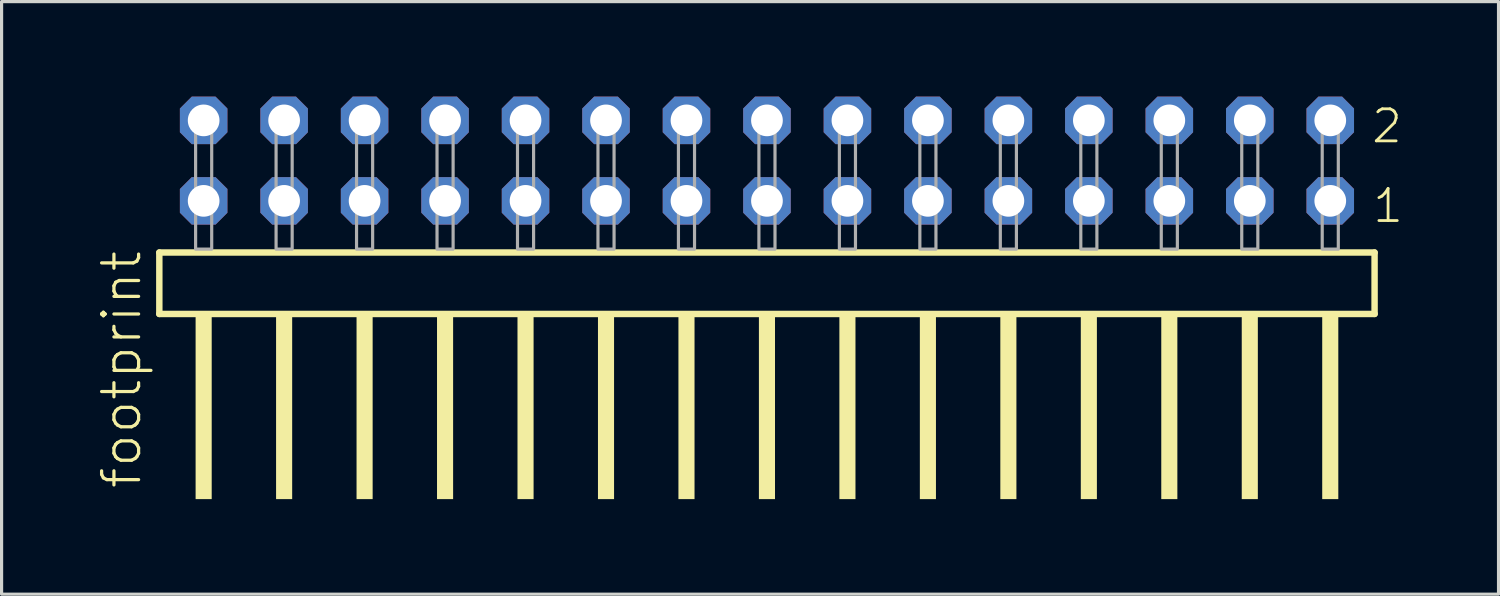
<source format=kicad_pcb>
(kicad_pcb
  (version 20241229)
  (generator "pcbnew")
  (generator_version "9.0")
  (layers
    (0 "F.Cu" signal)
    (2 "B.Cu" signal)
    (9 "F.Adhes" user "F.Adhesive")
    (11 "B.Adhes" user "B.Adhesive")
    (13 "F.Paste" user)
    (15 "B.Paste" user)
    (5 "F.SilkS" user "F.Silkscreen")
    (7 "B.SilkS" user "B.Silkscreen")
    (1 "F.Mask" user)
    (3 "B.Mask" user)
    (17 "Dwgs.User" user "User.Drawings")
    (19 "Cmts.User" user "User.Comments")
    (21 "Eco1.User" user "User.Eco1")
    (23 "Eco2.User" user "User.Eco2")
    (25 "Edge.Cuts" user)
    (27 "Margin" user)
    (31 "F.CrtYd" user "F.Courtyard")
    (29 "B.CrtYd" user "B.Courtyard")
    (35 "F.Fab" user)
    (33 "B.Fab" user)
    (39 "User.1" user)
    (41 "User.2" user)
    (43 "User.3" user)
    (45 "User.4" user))
  (footprint "footprint"
    (layer "F.Cu")
    (at 21.158 4.814)
    (property "Reference" "footprint" (at -19.685 7.62 90) (layer "F.SilkS") (effects (font (size 1.168 1.168) (thickness 0.102)) (justify left bottom)))
    (fp_line (start -19.179 0.106) (end -19.179 2.046) (stroke (width 0.203) (type solid)) (layer "F.SilkS"))
    (fp_line (start -19.179 2.046) (end 19.179 2.046) (stroke (width 0.203) (type solid)) (layer "F.SilkS"))
    (fp_line (start 19.179 0.106) (end -19.179 0.106) (stroke (width 0.203) (type solid)) (layer "F.SilkS"))
    (fp_line (start 19.179 2.046) (end 19.179 0.106) (stroke (width 0.203) (type solid)) (layer "F.SilkS"))
    (fp_poly (pts (xy -18.034 7.89) (xy -17.526 7.89) (xy -17.526 2.04) (xy -18.034 2.04)) (stroke (width 0) (type solid)) (fill yes) (layer "F.SilkS"))
    (fp_poly (pts (xy -15.494 7.89) (xy -14.986 7.89) (xy -14.986 2.04) (xy -15.494 2.04)) (stroke (width 0) (type solid)) (fill yes) (layer "F.SilkS"))
    (fp_poly (pts (xy -12.954 7.89) (xy -12.446 7.89) (xy -12.446 2.04) (xy -12.954 2.04)) (stroke (width 0) (type solid)) (fill yes) (layer "F.SilkS"))
    (fp_poly (pts (xy -10.414 7.89) (xy -9.906 7.89) (xy -9.906 2.04) (xy -10.414 2.04)) (stroke (width 0) (type solid)) (fill yes) (layer "F.SilkS"))
    (fp_poly (pts (xy -7.874 7.89) (xy -7.366 7.89) (xy -7.366 2.04) (xy -7.874 2.04)) (stroke (width 0) (type solid)) (fill yes) (layer "F.SilkS"))
    (fp_poly (pts (xy -5.334 7.89) (xy -4.826 7.89) (xy -4.826 2.04) (xy -5.334 2.04)) (stroke (width 0) (type solid)) (fill yes) (layer "F.SilkS"))
    (fp_poly (pts (xy -2.794 7.89) (xy -2.286 7.89) (xy -2.286 2.04) (xy -2.794 2.04)) (stroke (width 0) (type solid)) (fill yes) (layer "F.SilkS"))
    (fp_poly (pts (xy -0.254 7.89) (xy 0.254 7.89) (xy 0.254 2.04) (xy -0.254 2.04)) (stroke (width 0) (type solid)) (fill yes) (layer "F.SilkS"))
    (fp_poly (pts (xy 2.286 7.89) (xy 2.794 7.89) (xy 2.794 2.04) (xy 2.286 2.04)) (stroke (width 0) (type solid)) (fill yes) (layer "F.SilkS"))
    (fp_poly (pts (xy 4.826 7.89) (xy 5.334 7.89) (xy 5.334 2.04) (xy 4.826 2.04)) (stroke (width 0) (type solid)) (fill yes) (layer "F.SilkS"))
    (fp_poly (pts (xy 7.366 7.89) (xy 7.874 7.89) (xy 7.874 2.04) (xy 7.366 2.04)) (stroke (width 0) (type solid)) (fill yes) (layer "F.SilkS"))
    (fp_poly (pts (xy 9.906 7.89) (xy 10.414 7.89) (xy 10.414 2.04) (xy 9.906 2.04)) (stroke (width 0) (type solid)) (fill yes) (layer "F.SilkS"))
    (fp_poly (pts (xy 12.446 7.89) (xy 12.954 7.89) (xy 12.954 2.04) (xy 12.446 2.04)) (stroke (width 0) (type solid)) (fill yes) (layer "F.SilkS"))
    (fp_poly (pts (xy 14.986 7.89) (xy 15.494 7.89) (xy 15.494 2.04) (xy 14.986 2.04)) (stroke (width 0) (type solid)) (fill yes) (layer "F.SilkS"))
    (fp_poly (pts (xy 17.526 7.89) (xy 18.034 7.89) (xy 18.034 2.04) (xy 17.526 2.04)) (stroke (width 0) (type solid)) (fill yes) (layer "F.SilkS"))
    (fp_poly (pts (xy -18.034 0) (xy -17.526 0) (xy -17.526 -4.318) (xy -18.034 -4.318)) (stroke (width 0.1) (type solid)) (fill no) (layer "F.Fab"))
    (fp_poly (pts (xy -15.494 0) (xy -14.986 0) (xy -14.986 -4.318) (xy -15.494 -4.318)) (stroke (width 0.1) (type solid)) (fill no) (layer "F.Fab"))
    (fp_poly (pts (xy -12.954 0) (xy -12.446 0) (xy -12.446 -4.318) (xy -12.954 -4.318)) (stroke (width 0.1) (type solid)) (fill no) (layer "F.Fab"))
    (fp_poly (pts (xy -10.414 0) (xy -9.906 0) (xy -9.906 -4.318) (xy -10.414 -4.318)) (stroke (width 0.1) (type solid)) (fill no) (layer "F.Fab"))
    (fp_poly (pts (xy -7.874 0) (xy -7.366 0) (xy -7.366 -4.318) (xy -7.874 -4.318)) (stroke (width 0.1) (type solid)) (fill no) (layer "F.Fab"))
    (fp_poly (pts (xy -5.334 0) (xy -4.826 0) (xy -4.826 -4.318) (xy -5.334 -4.318)) (stroke (width 0.1) (type solid)) (fill no) (layer "F.Fab"))
    (fp_poly (pts (xy -2.794 0) (xy -2.286 0) (xy -2.286 -4.318) (xy -2.794 -4.318)) (stroke (width 0.1) (type solid)) (fill no) (layer "F.Fab"))
    (fp_poly (pts (xy -0.254 0) (xy 0.254 0) (xy 0.254 -4.318) (xy -0.254 -4.318)) (stroke (width 0.1) (type solid)) (fill no) (layer "F.Fab"))
    (fp_poly (pts (xy 2.286 0) (xy 2.794 0) (xy 2.794 -4.318) (xy 2.286 -4.318)) (stroke (width 0.1) (type solid)) (fill no) (layer "F.Fab"))
    (fp_poly (pts (xy 4.826 0) (xy 5.334 0) (xy 5.334 -4.318) (xy 4.826 -4.318)) (stroke (width 0.1) (type solid)) (fill no) (layer "F.Fab"))
    (fp_poly (pts (xy 7.366 0) (xy 7.874 0) (xy 7.874 -4.318) (xy 7.366 -4.318)) (stroke (width 0.1) (type solid)) (fill no) (layer "F.Fab"))
    (fp_poly (pts (xy 9.906 0) (xy 10.414 0) (xy 10.414 -4.318) (xy 9.906 -4.318)) (stroke (width 0.1) (type solid)) (fill no) (layer "F.Fab"))
    (fp_poly (pts (xy 12.446 0) (xy 12.954 0) (xy 12.954 -4.318) (xy 12.446 -4.318)) (stroke (width 0.1) (type solid)) (fill no) (layer "F.Fab"))
    (fp_poly (pts (xy 14.986 0) (xy 15.494 0) (xy 15.494 -4.318) (xy 14.986 -4.318)) (stroke (width 0.1) (type solid)) (fill no) (layer "F.Fab"))
    (fp_poly (pts (xy 17.526 0) (xy 18.034 0) (xy 18.034 -4.318) (xy 17.526 -4.318)) (stroke (width 0.1) (type solid)) (fill no) (layer "F.Fab"))
    (fp_text user "1" (at 19.065 -0.775 0) (layer "F.SilkS") (effects (font (size 1.012 1.012) (thickness 0.088)) (justify left bottom)))
    (fp_text user "2" (at 19.03 -3.29 0) (layer "F.SilkS") (effects (font (size 1.012 1.012) (thickness 0.088)) (justify left bottom)))
    (pad "1" thru_hole roundrect (at 17.78 -1.524 180) (size 1.5 1.5) (drill 1) (layers "*.Cu" "*.Mask") (roundrect_rratio 0.25) (chamfer_ratio 0.25) (chamfer top_left top_right bottom_left bottom_right))
    (pad "2" thru_hole roundrect (at 17.78 -4.064 180) (size 1.5 1.5) (drill 1) (layers "*.Cu" "*.Mask") (roundrect_rratio 0.25) (chamfer_ratio 0.25) (chamfer top_left top_right bottom_left bottom_right))
    (pad "3" thru_hole roundrect (at 15.24 -1.524 180) (size 1.5 1.5) (drill 1) (layers "*.Cu" "*.Mask") (roundrect_rratio 0.25) (chamfer_ratio 0.25) (chamfer top_left top_right bottom_left bottom_right))
    (pad "4" thru_hole roundrect (at 15.24 -4.064 180) (size 1.5 1.5) (drill 1) (layers "*.Cu" "*.Mask") (roundrect_rratio 0.25) (chamfer_ratio 0.25) (chamfer top_left top_right bottom_left bottom_right))
    (pad "5" thru_hole roundrect (at 12.7 -1.524 180) (size 1.5 1.5) (drill 1) (layers "*.Cu" "*.Mask") (roundrect_rratio 0.25) (chamfer_ratio 0.25) (chamfer top_left top_right bottom_left bottom_right))
    (pad "6" thru_hole roundrect (at 12.7 -4.064 180) (size 1.5 1.5) (drill 1) (layers "*.Cu" "*.Mask") (roundrect_rratio 0.25) (chamfer_ratio 0.25) (chamfer top_left top_right bottom_left bottom_right))
    (pad "7" thru_hole roundrect (at 10.16 -1.524 180) (size 1.5 1.5) (drill 1) (layers "*.Cu" "*.Mask") (roundrect_rratio 0.25) (chamfer_ratio 0.25) (chamfer top_left top_right bottom_left bottom_right))
    (pad "8" thru_hole roundrect (at 10.16 -4.064 180) (size 1.5 1.5) (drill 1) (layers "*.Cu" "*.Mask") (roundrect_rratio 0.25) (chamfer_ratio 0.25) (chamfer top_left top_right bottom_left bottom_right))
    (pad "9" thru_hole roundrect (at 7.62 -1.524 180) (size 1.5 1.5) (drill 1) (layers "*.Cu" "*.Mask") (roundrect_rratio 0.25) (chamfer_ratio 0.25) (chamfer top_left top_right bottom_left bottom_right))
    (pad "10" thru_hole roundrect (at 7.62 -4.064 180) (size 1.5 1.5) (drill 1) (layers "*.Cu" "*.Mask") (roundrect_rratio 0.25) (chamfer_ratio 0.25) (chamfer top_left top_right bottom_left bottom_right))
    (pad "11" thru_hole roundrect (at 5.08 -1.524 180) (size 1.5 1.5) (drill 1) (layers "*.Cu" "*.Mask") (roundrect_rratio 0.25) (chamfer_ratio 0.25) (chamfer top_left top_right bottom_left bottom_right))
    (pad "12" thru_hole roundrect (at 5.08 -4.064 180) (size 1.5 1.5) (drill 1) (layers "*.Cu" "*.Mask") (roundrect_rratio 0.25) (chamfer_ratio 0.25) (chamfer top_left top_right bottom_left bottom_right))
    (pad "13" thru_hole roundrect (at 2.54 -1.524 180) (size 1.5 1.5) (drill 1) (layers "*.Cu" "*.Mask") (roundrect_rratio 0.25) (chamfer_ratio 0.25) (chamfer top_left top_right bottom_left bottom_right))
    (pad "14" thru_hole roundrect (at 2.54 -4.064 180) (size 1.5 1.5) (drill 1) (layers "*.Cu" "*.Mask") (roundrect_rratio 0.25) (chamfer_ratio 0.25) (chamfer top_left top_right bottom_left bottom_right))
    (pad "15" thru_hole roundrect (at 0 -1.524 180) (size 1.5 1.5) (drill 1) (layers "*.Cu" "*.Mask") (roundrect_rratio 0.25) (chamfer_ratio 0.25) (chamfer top_left top_right bottom_left bottom_right))
    (pad "16" thru_hole roundrect (at 0 -4.064 180) (size 1.5 1.5) (drill 1) (layers "*.Cu" "*.Mask") (roundrect_rratio 0.25) (chamfer_ratio 0.25) (chamfer top_left top_right bottom_left bottom_right))
    (pad "17" thru_hole roundrect (at -2.54 -1.524 180) (size 1.5 1.5) (drill 1) (layers "*.Cu" "*.Mask") (roundrect_rratio 0.25) (chamfer_ratio 0.25) (chamfer top_left top_right bottom_left bottom_right))
    (pad "18" thru_hole roundrect (at -2.54 -4.064 180) (size 1.5 1.5) (drill 1) (layers "*.Cu" "*.Mask") (roundrect_rratio 0.25) (chamfer_ratio 0.25) (chamfer top_left top_right bottom_left bottom_right))
    (pad "19" thru_hole roundrect (at -5.08 -1.524 180) (size 1.5 1.5) (drill 1) (layers "*.Cu" "*.Mask") (roundrect_rratio 0.25) (chamfer_ratio 0.25) (chamfer top_left top_right bottom_left bottom_right))
    (pad "20" thru_hole roundrect (at -5.08 -4.064 180) (size 1.5 1.5) (drill 1) (layers "*.Cu" "*.Mask") (roundrect_rratio 0.25) (chamfer_ratio 0.25) (chamfer top_left top_right bottom_left bottom_right))
    (pad "21" thru_hole roundrect (at -7.62 -1.524 180) (size 1.5 1.5) (drill 1) (layers "*.Cu" "*.Mask") (roundrect_rratio 0.25) (chamfer_ratio 0.25) (chamfer top_left top_right bottom_left bottom_right))
    (pad "22" thru_hole roundrect (at -7.62 -4.064 180) (size 1.5 1.5) (drill 1) (layers "*.Cu" "*.Mask") (roundrect_rratio 0.25) (chamfer_ratio 0.25) (chamfer top_left top_right bottom_left bottom_right))
    (pad "23" thru_hole roundrect (at -10.16 -1.524 180) (size 1.5 1.5) (drill 1) (layers "*.Cu" "*.Mask") (roundrect_rratio 0.25) (chamfer_ratio 0.25) (chamfer top_left top_right bottom_left bottom_right))
    (pad "24" thru_hole roundrect (at -10.16 -4.064 180) (size 1.5 1.5) (drill 1) (layers "*.Cu" "*.Mask") (roundrect_rratio 0.25) (chamfer_ratio 0.25) (chamfer top_left top_right bottom_left bottom_right))
    (pad "25" thru_hole roundrect (at -12.7 -1.524 180) (size 1.5 1.5) (drill 1) (layers "*.Cu" "*.Mask") (roundrect_rratio 0.25) (chamfer_ratio 0.25) (chamfer top_left top_right bottom_left bottom_right))
    (pad "26" thru_hole roundrect (at -12.7 -4.064 180) (size 1.5 1.5) (drill 1) (layers "*.Cu" "*.Mask") (roundrect_rratio 0.25) (chamfer_ratio 0.25) (chamfer top_left top_right bottom_left bottom_right))
    (pad "27" thru_hole roundrect (at -15.24 -1.524 180) (size 1.5 1.5) (drill 1) (layers "*.Cu" "*.Mask") (roundrect_rratio 0.25) (chamfer_ratio 0.25) (chamfer top_left top_right bottom_left bottom_right))
    (pad "28" thru_hole roundrect (at -15.24 -4.064 180) (size 1.5 1.5) (drill 1) (layers "*.Cu" "*.Mask") (roundrect_rratio 0.25) (chamfer_ratio 0.25) (chamfer top_left top_right bottom_left bottom_right))
    (pad "29" thru_hole roundrect (at -17.78 -1.524 180) (size 1.5 1.5) (drill 1) (layers "*.Cu" "*.Mask") (roundrect_rratio 0.25) (chamfer_ratio 0.25) (chamfer top_left top_right bottom_left bottom_right))
    (pad "30" thru_hole roundrect (at -17.78 -4.064 180) (size 1.5 1.5) (drill 1) (layers "*.Cu" "*.Mask") (roundrect_rratio 0.25) (chamfer_ratio 0.25) (chamfer top_left top_right bottom_left bottom_right)))
  (gr_rect
    (start -3 -3)
    (end 44.249 15.704)
    (stroke (width 0.1) (type default))
    (fill no)
    (layer "Edge.Cuts")))
</source>
